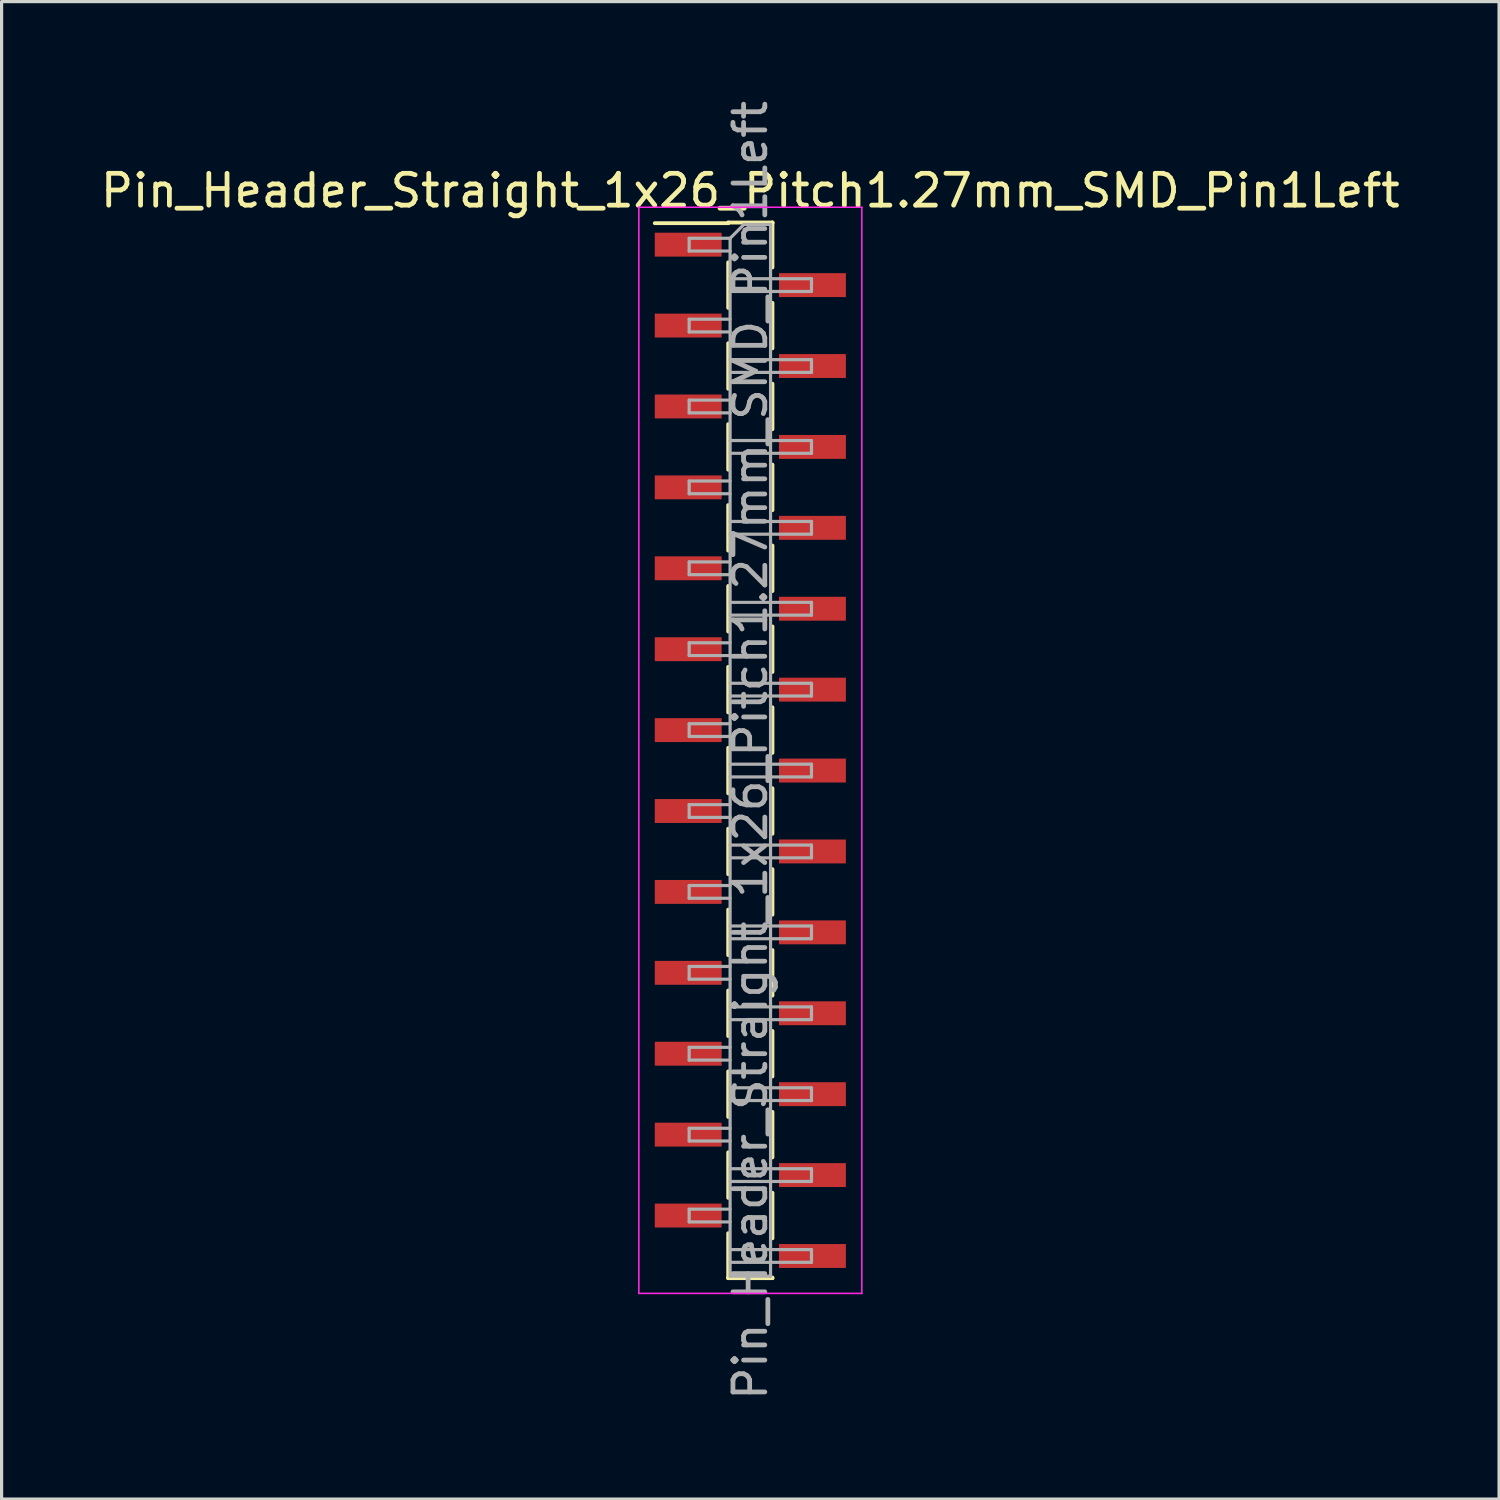
<source format=kicad_pcb>
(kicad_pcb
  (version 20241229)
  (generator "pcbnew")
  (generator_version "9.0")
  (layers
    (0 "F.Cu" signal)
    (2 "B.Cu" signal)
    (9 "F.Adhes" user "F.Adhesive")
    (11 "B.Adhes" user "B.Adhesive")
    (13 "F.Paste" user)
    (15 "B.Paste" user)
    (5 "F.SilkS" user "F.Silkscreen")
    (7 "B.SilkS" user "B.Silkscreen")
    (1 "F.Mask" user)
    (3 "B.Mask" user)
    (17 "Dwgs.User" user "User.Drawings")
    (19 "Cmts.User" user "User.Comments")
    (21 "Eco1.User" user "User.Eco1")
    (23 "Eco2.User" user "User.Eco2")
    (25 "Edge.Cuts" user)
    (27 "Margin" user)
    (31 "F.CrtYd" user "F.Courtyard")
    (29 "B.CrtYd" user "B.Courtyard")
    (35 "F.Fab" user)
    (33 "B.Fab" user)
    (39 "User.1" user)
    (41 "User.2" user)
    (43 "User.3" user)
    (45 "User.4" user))
  (footprint "Pin_Header_Straight_1x26_Pitch1.27mm_SMD_Pin1Left"
    (layer "F.Cu")
    (at 20.506 20.506)
    (property "Reference" "Pin_Header_Straight_1x26_Pitch1.27mm_SMD_Pin1Left" (at 0 -17.57 0) (layer "F.SilkS") (effects (font (size 1 1) (thickness 0.15))))
    (attr smd)
    (fp_line (start -0.695 -16.57) (end 0.695 -16.57) (stroke (width 0.12) (type solid)) (layer "F.SilkS"))
    (fp_line (start -0.695 -16.55) (end -3 -16.55) (stroke (width 0.12) (type solid)) (layer "F.SilkS"))
    (fp_line (start -0.695 -16.55) (end -0.695 -16.57) (stroke (width 0.12) (type solid)) (layer "F.SilkS"))
    (fp_line (start -0.695 -15.32) (end -0.695 -13.89) (stroke (width 0.12) (type solid)) (layer "F.SilkS"))
    (fp_line (start -0.695 -12.78) (end -0.695 -11.35) (stroke (width 0.12) (type solid)) (layer "F.SilkS"))
    (fp_line (start -0.695 -10.24) (end -0.695 -8.81) (stroke (width 0.12) (type solid)) (layer "F.SilkS"))
    (fp_line (start -0.695 -7.7) (end -0.695 -6.27) (stroke (width 0.12) (type solid)) (layer "F.SilkS"))
    (fp_line (start -0.695 -5.16) (end -0.695 -3.73) (stroke (width 0.12) (type solid)) (layer "F.SilkS"))
    (fp_line (start -0.695 -2.62) (end -0.695 -1.19) (stroke (width 0.12) (type solid)) (layer "F.SilkS"))
    (fp_line (start -0.695 -0.08) (end -0.695 1.35) (stroke (width 0.12) (type solid)) (layer "F.SilkS"))
    (fp_line (start -0.695 2.46) (end -0.695 3.89) (stroke (width 0.12) (type solid)) (layer "F.SilkS"))
    (fp_line (start -0.695 5) (end -0.695 6.43) (stroke (width 0.12) (type solid)) (layer "F.SilkS"))
    (fp_line (start -0.695 7.54) (end -0.695 8.97) (stroke (width 0.12) (type solid)) (layer "F.SilkS"))
    (fp_line (start -0.695 10.08) (end -0.695 11.51) (stroke (width 0.12) (type solid)) (layer "F.SilkS"))
    (fp_line (start -0.695 12.62) (end -0.695 14.05) (stroke (width 0.12) (type solid)) (layer "F.SilkS"))
    (fp_line (start -0.695 15.16) (end -0.695 16.57) (stroke (width 0.12) (type solid)) (layer "F.SilkS"))
    (fp_line (start -0.695 16.55) (end -0.695 16.57) (stroke (width 0.12) (type solid)) (layer "F.SilkS"))
    (fp_line (start -0.695 16.57) (end 0.695 16.57) (stroke (width 0.12) (type solid)) (layer "F.SilkS"))
    (fp_line (start 0.695 -16.57) (end 0.695 -16.55) (stroke (width 0.12) (type solid)) (layer "F.SilkS"))
    (fp_line (start 0.695 -16.57) (end 0.695 -15.16) (stroke (width 0.12) (type solid)) (layer "F.SilkS"))
    (fp_line (start 0.695 -14.05) (end 0.695 -12.62) (stroke (width 0.12) (type solid)) (layer "F.SilkS"))
    (fp_line (start 0.695 -11.51) (end 0.695 -10.08) (stroke (width 0.12) (type solid)) (layer "F.SilkS"))
    (fp_line (start 0.695 -8.97) (end 0.695 -7.54) (stroke (width 0.12) (type solid)) (layer "F.SilkS"))
    (fp_line (start 0.695 -6.43) (end 0.695 -5) (stroke (width 0.12) (type solid)) (layer "F.SilkS"))
    (fp_line (start 0.695 -3.89) (end 0.695 -2.46) (stroke (width 0.12) (type solid)) (layer "F.SilkS"))
    (fp_line (start 0.695 -1.35) (end 0.695 0.08) (stroke (width 0.12) (type solid)) (layer "F.SilkS"))
    (fp_line (start 0.695 1.19) (end 0.695 2.62) (stroke (width 0.12) (type solid)) (layer "F.SilkS"))
    (fp_line (start 0.695 3.73) (end 0.695 5.16) (stroke (width 0.12) (type solid)) (layer "F.SilkS"))
    (fp_line (start 0.695 6.27) (end 0.695 7.7) (stroke (width 0.12) (type solid)) (layer "F.SilkS"))
    (fp_line (start 0.695 8.81) (end 0.695 10.24) (stroke (width 0.12) (type solid)) (layer "F.SilkS"))
    (fp_line (start 0.695 11.35) (end 0.695 12.78) (stroke (width 0.12) (type solid)) (layer "F.SilkS"))
    (fp_line (start 0.695 13.89) (end 0.695 15.32) (stroke (width 0.12) (type solid)) (layer "F.SilkS"))
    (fp_line (start 0.695 16.57) (end 0.695 16.55) (stroke (width 0.12) (type solid)) (layer "F.SilkS"))
    (fp_line (start -3.5 -17.05) (end -3.5 17.05) (stroke (width 0.05) (type solid)) (layer "F.CrtYd"))
    (fp_line (start -3.5 17.05) (end 3.5 17.05) (stroke (width 0.05) (type solid)) (layer "F.CrtYd"))
    (fp_line (start 3.5 -17.05) (end -3.5 -17.05) (stroke (width 0.05) (type solid)) (layer "F.CrtYd"))
    (fp_line (start 3.5 17.05) (end 3.5 -17.05) (stroke (width 0.05) (type solid)) (layer "F.CrtYd"))
    (fp_line (start -1.92 -16.075) (end -1.92 -15.675) (stroke (width 0.1) (type solid)) (layer "F.Fab"))
    (fp_line (start -1.92 -15.675) (end -0.635 -15.675) (stroke (width 0.1) (type solid)) (layer "F.Fab"))
    (fp_line (start -1.92 -13.535) (end -1.92 -13.135) (stroke (width 0.1) (type solid)) (layer "F.Fab"))
    (fp_line (start -1.92 -13.135) (end -0.635 -13.135) (stroke (width 0.1) (type solid)) (layer "F.Fab"))
    (fp_line (start -1.92 -10.995) (end -1.92 -10.595) (stroke (width 0.1) (type solid)) (layer "F.Fab"))
    (fp_line (start -1.92 -10.595) (end -0.635 -10.595) (stroke (width 0.1) (type solid)) (layer "F.Fab"))
    (fp_line (start -1.92 -8.455) (end -1.92 -8.055) (stroke (width 0.1) (type solid)) (layer "F.Fab"))
    (fp_line (start -1.92 -8.055) (end -0.635 -8.055) (stroke (width 0.1) (type solid)) (layer "F.Fab"))
    (fp_line (start -1.92 -5.915) (end -1.92 -5.515) (stroke (width 0.1) (type solid)) (layer "F.Fab"))
    (fp_line (start -1.92 -5.515) (end -0.635 -5.515) (stroke (width 0.1) (type solid)) (layer "F.Fab"))
    (fp_line (start -1.92 -3.375) (end -1.92 -2.975) (stroke (width 0.1) (type solid)) (layer "F.Fab"))
    (fp_line (start -1.92 -2.975) (end -0.635 -2.975) (stroke (width 0.1) (type solid)) (layer "F.Fab"))
    (fp_line (start -1.92 -0.835) (end -1.92 -0.435) (stroke (width 0.1) (type solid)) (layer "F.Fab"))
    (fp_line (start -1.92 -0.435) (end -0.635 -0.435) (stroke (width 0.1) (type solid)) (layer "F.Fab"))
    (fp_line (start -1.92 1.705) (end -1.92 2.105) (stroke (width 0.1) (type solid)) (layer "F.Fab"))
    (fp_line (start -1.92 2.105) (end -0.635 2.105) (stroke (width 0.1) (type solid)) (layer "F.Fab"))
    (fp_line (start -1.92 4.245) (end -1.92 4.645) (stroke (width 0.1) (type solid)) (layer "F.Fab"))
    (fp_line (start -1.92 4.645) (end -0.635 4.645) (stroke (width 0.1) (type solid)) (layer "F.Fab"))
    (fp_line (start -1.92 6.785) (end -1.92 7.185) (stroke (width 0.1) (type solid)) (layer "F.Fab"))
    (fp_line (start -1.92 7.185) (end -0.635 7.185) (stroke (width 0.1) (type solid)) (layer "F.Fab"))
    (fp_line (start -1.92 9.325) (end -1.92 9.725) (stroke (width 0.1) (type solid)) (layer "F.Fab"))
    (fp_line (start -1.92 9.725) (end -0.635 9.725) (stroke (width 0.1) (type solid)) (layer "F.Fab"))
    (fp_line (start -1.92 11.865) (end -1.92 12.265) (stroke (width 0.1) (type solid)) (layer "F.Fab"))
    (fp_line (start -1.92 12.265) (end -0.635 12.265) (stroke (width 0.1) (type solid)) (layer "F.Fab"))
    (fp_line (start -1.92 14.405) (end -1.92 14.805) (stroke (width 0.1) (type solid)) (layer "F.Fab"))
    (fp_line (start -1.92 14.805) (end -0.635 14.805) (stroke (width 0.1) (type solid)) (layer "F.Fab"))
    (fp_line (start -0.635 -16.075) (end -1.92 -16.075) (stroke (width 0.1) (type solid)) (layer "F.Fab"))
    (fp_line (start -0.635 -16.075) (end -0.2 -16.51) (stroke (width 0.1) (type solid)) (layer "F.Fab"))
    (fp_line (start -0.635 -14.805) (end 1.92 -14.805) (stroke (width 0.1) (type solid)) (layer "F.Fab"))
    (fp_line (start -0.635 -13.535) (end -1.92 -13.535) (stroke (width 0.1) (type solid)) (layer "F.Fab"))
    (fp_line (start -0.635 -12.265) (end 1.92 -12.265) (stroke (width 0.1) (type solid)) (layer "F.Fab"))
    (fp_line (start -0.635 -10.995) (end -1.92 -10.995) (stroke (width 0.1) (type solid)) (layer "F.Fab"))
    (fp_line (start -0.635 -9.725) (end 1.92 -9.725) (stroke (width 0.1) (type solid)) (layer "F.Fab"))
    (fp_line (start -0.635 -8.455) (end -1.92 -8.455) (stroke (width 0.1) (type solid)) (layer "F.Fab"))
    (fp_line (start -0.635 -7.185) (end 1.92 -7.185) (stroke (width 0.1) (type solid)) (layer "F.Fab"))
    (fp_line (start -0.635 -5.915) (end -1.92 -5.915) (stroke (width 0.1) (type solid)) (layer "F.Fab"))
    (fp_line (start -0.635 -4.645) (end 1.92 -4.645) (stroke (width 0.1) (type solid)) (layer "F.Fab"))
    (fp_line (start -0.635 -3.375) (end -1.92 -3.375) (stroke (width 0.1) (type solid)) (layer "F.Fab"))
    (fp_line (start -0.635 -2.105) (end 1.92 -2.105) (stroke (width 0.1) (type solid)) (layer "F.Fab"))
    (fp_line (start -0.635 -0.835) (end -1.92 -0.835) (stroke (width 0.1) (type solid)) (layer "F.Fab"))
    (fp_line (start -0.635 0.435) (end 1.92 0.435) (stroke (width 0.1) (type solid)) (layer "F.Fab"))
    (fp_line (start -0.635 1.705) (end -1.92 1.705) (stroke (width 0.1) (type solid)) (layer "F.Fab"))
    (fp_line (start -0.635 2.975) (end 1.92 2.975) (stroke (width 0.1) (type solid)) (layer "F.Fab"))
    (fp_line (start -0.635 4.245) (end -1.92 4.245) (stroke (width 0.1) (type solid)) (layer "F.Fab"))
    (fp_line (start -0.635 5.515) (end 1.92 5.515) (stroke (width 0.1) (type solid)) (layer "F.Fab"))
    (fp_line (start -0.635 6.785) (end -1.92 6.785) (stroke (width 0.1) (type solid)) (layer "F.Fab"))
    (fp_line (start -0.635 8.055) (end 1.92 8.055) (stroke (width 0.1) (type solid)) (layer "F.Fab"))
    (fp_line (start -0.635 9.325) (end -1.92 9.325) (stroke (width 0.1) (type solid)) (layer "F.Fab"))
    (fp_line (start -0.635 10.595) (end 1.92 10.595) (stroke (width 0.1) (type solid)) (layer "F.Fab"))
    (fp_line (start -0.635 11.865) (end -1.92 11.865) (stroke (width 0.1) (type solid)) (layer "F.Fab"))
    (fp_line (start -0.635 13.135) (end 1.92 13.135) (stroke (width 0.1) (type solid)) (layer "F.Fab"))
    (fp_line (start -0.635 14.405) (end -1.92 14.405) (stroke (width 0.1) (type solid)) (layer "F.Fab"))
    (fp_line (start -0.635 15.675) (end 1.92 15.675) (stroke (width 0.1) (type solid)) (layer "F.Fab"))
    (fp_line (start -0.635 16.51) (end -0.635 -16.075) (stroke (width 0.1) (type solid)) (layer "F.Fab"))
    (fp_line (start -0.2 -16.51) (end 0.635 -16.51) (stroke (width 0.1) (type solid)) (layer "F.Fab"))
    (fp_line (start 0.635 -16.51) (end 0.635 16.51) (stroke (width 0.1) (type solid)) (layer "F.Fab"))
    (fp_line (start 0.635 16.51) (end -0.635 16.51) (stroke (width 0.1) (type solid)) (layer "F.Fab"))
    (fp_line (start 1.92 -14.805) (end 1.92 -14.405) (stroke (width 0.1) (type solid)) (layer "F.Fab"))
    (fp_line (start 1.92 -14.405) (end -0.635 -14.405) (stroke (width 0.1) (type solid)) (layer "F.Fab"))
    (fp_line (start 1.92 -12.265) (end 1.92 -11.865) (stroke (width 0.1) (type solid)) (layer "F.Fab"))
    (fp_line (start 1.92 -11.865) (end -0.635 -11.865) (stroke (width 0.1) (type solid)) (layer "F.Fab"))
    (fp_line (start 1.92 -9.725) (end 1.92 -9.325) (stroke (width 0.1) (type solid)) (layer "F.Fab"))
    (fp_line (start 1.92 -9.325) (end -0.635 -9.325) (stroke (width 0.1) (type solid)) (layer "F.Fab"))
    (fp_line (start 1.92 -7.185) (end 1.92 -6.785) (stroke (width 0.1) (type solid)) (layer "F.Fab"))
    (fp_line (start 1.92 -6.785) (end -0.635 -6.785) (stroke (width 0.1) (type solid)) (layer "F.Fab"))
    (fp_line (start 1.92 -4.645) (end 1.92 -4.245) (stroke (width 0.1) (type solid)) (layer "F.Fab"))
    (fp_line (start 1.92 -4.245) (end -0.635 -4.245) (stroke (width 0.1) (type solid)) (layer "F.Fab"))
    (fp_line (start 1.92 -2.105) (end 1.92 -1.705) (stroke (width 0.1) (type solid)) (layer "F.Fab"))
    (fp_line (start 1.92 -1.705) (end -0.635 -1.705) (stroke (width 0.1) (type solid)) (layer "F.Fab"))
    (fp_line (start 1.92 0.435) (end 1.92 0.835) (stroke (width 0.1) (type solid)) (layer "F.Fab"))
    (fp_line (start 1.92 0.835) (end -0.635 0.835) (stroke (width 0.1) (type solid)) (layer "F.Fab"))
    (fp_line (start 1.92 2.975) (end 1.92 3.375) (stroke (width 0.1) (type solid)) (layer "F.Fab"))
    (fp_line (start 1.92 3.375) (end -0.635 3.375) (stroke (width 0.1) (type solid)) (layer "F.Fab"))
    (fp_line (start 1.92 5.515) (end 1.92 5.915) (stroke (width 0.1) (type solid)) (layer "F.Fab"))
    (fp_line (start 1.92 5.915) (end -0.635 5.915) (stroke (width 0.1) (type solid)) (layer "F.Fab"))
    (fp_line (start 1.92 8.055) (end 1.92 8.455) (stroke (width 0.1) (type solid)) (layer "F.Fab"))
    (fp_line (start 1.92 8.455) (end -0.635 8.455) (stroke (width 0.1) (type solid)) (layer "F.Fab"))
    (fp_line (start 1.92 10.595) (end 1.92 10.995) (stroke (width 0.1) (type solid)) (layer "F.Fab"))
    (fp_line (start 1.92 10.995) (end -0.635 10.995) (stroke (width 0.1) (type solid)) (layer "F.Fab"))
    (fp_line (start 1.92 13.135) (end 1.92 13.535) (stroke (width 0.1) (type solid)) (layer "F.Fab"))
    (fp_line (start 1.92 13.535) (end -0.635 13.535) (stroke (width 0.1) (type solid)) (layer "F.Fab"))
    (fp_line (start 1.92 15.675) (end 1.92 16.075) (stroke (width 0.1) (type solid)) (layer "F.Fab"))
    (fp_line (start 1.92 16.075) (end -0.635 16.075) (stroke (width 0.1) (type solid)) (layer "F.Fab"))
    (fp_text user "${REFERENCE}" (at 0 0 90) (layer "F.Fab") (effects (font (size 1 1) (thickness 0.15))))
    (pad "1" smd rect (at -1.95 -15.875) (size 2.1 0.75) (layers "F.Cu" "F.Mask" "F.Paste"))
    (pad "2" smd rect (at 1.95 -14.605) (size 2.1 0.75) (layers "F.Cu" "F.Mask" "F.Paste"))
    (pad "3" smd rect (at -1.95 -13.335) (size 2.1 0.75) (layers "F.Cu" "F.Mask" "F.Paste"))
    (pad "4" smd rect (at 1.95 -12.065) (size 2.1 0.75) (layers "F.Cu" "F.Mask" "F.Paste"))
    (pad "5" smd rect (at -1.95 -10.795) (size 2.1 0.75) (layers "F.Cu" "F.Mask" "F.Paste"))
    (pad "6" smd rect (at 1.95 -9.525) (size 2.1 0.75) (layers "F.Cu" "F.Mask" "F.Paste"))
    (pad "7" smd rect (at -1.95 -8.255) (size 2.1 0.75) (layers "F.Cu" "F.Mask" "F.Paste"))
    (pad "8" smd rect (at 1.95 -6.985) (size 2.1 0.75) (layers "F.Cu" "F.Mask" "F.Paste"))
    (pad "9" smd rect (at -1.95 -5.715) (size 2.1 0.75) (layers "F.Cu" "F.Mask" "F.Paste"))
    (pad "10" smd rect (at 1.95 -4.445) (size 2.1 0.75) (layers "F.Cu" "F.Mask" "F.Paste"))
    (pad "11" smd rect (at -1.95 -3.175) (size 2.1 0.75) (layers "F.Cu" "F.Mask" "F.Paste"))
    (pad "12" smd rect (at 1.95 -1.905) (size 2.1 0.75) (layers "F.Cu" "F.Mask" "F.Paste"))
    (pad "13" smd rect (at -1.95 -0.635) (size 2.1 0.75) (layers "F.Cu" "F.Mask" "F.Paste"))
    (pad "14" smd rect (at 1.95 0.635) (size 2.1 0.75) (layers "F.Cu" "F.Mask" "F.Paste"))
    (pad "15" smd rect (at -1.95 1.905) (size 2.1 0.75) (layers "F.Cu" "F.Mask" "F.Paste"))
    (pad "16" smd rect (at 1.95 3.175) (size 2.1 0.75) (layers "F.Cu" "F.Mask" "F.Paste"))
    (pad "17" smd rect (at -1.95 4.445) (size 2.1 0.75) (layers "F.Cu" "F.Mask" "F.Paste"))
    (pad "18" smd rect (at 1.95 5.715) (size 2.1 0.75) (layers "F.Cu" "F.Mask" "F.Paste"))
    (pad "19" smd rect (at -1.95 6.985) (size 2.1 0.75) (layers "F.Cu" "F.Mask" "F.Paste"))
    (pad "20" smd rect (at 1.95 8.255) (size 2.1 0.75) (layers "F.Cu" "F.Mask" "F.Paste"))
    (pad "21" smd rect (at -1.95 9.525) (size 2.1 0.75) (layers "F.Cu" "F.Mask" "F.Paste"))
    (pad "22" smd rect (at 1.95 10.795) (size 2.1 0.75) (layers "F.Cu" "F.Mask" "F.Paste"))
    (pad "23" smd rect (at -1.95 12.065) (size 2.1 0.75) (layers "F.Cu" "F.Mask" "F.Paste"))
    (pad "24" smd rect (at 1.95 13.335) (size 2.1 0.75) (layers "F.Cu" "F.Mask" "F.Paste"))
    (pad "25" smd rect (at -1.95 14.605) (size 2.1 0.75) (layers "F.Cu" "F.Mask" "F.Paste"))
    (pad "26" smd rect (at 1.95 15.875) (size 2.1 0.75) (layers "F.Cu" "F.Mask" "F.Paste")))
  (gr_rect
    (start -3 -3)
    (end 44.012 44.012)
    (stroke (width 0.1) (type default))
    (fill no)
    (layer "Edge.Cuts")))
</source>
